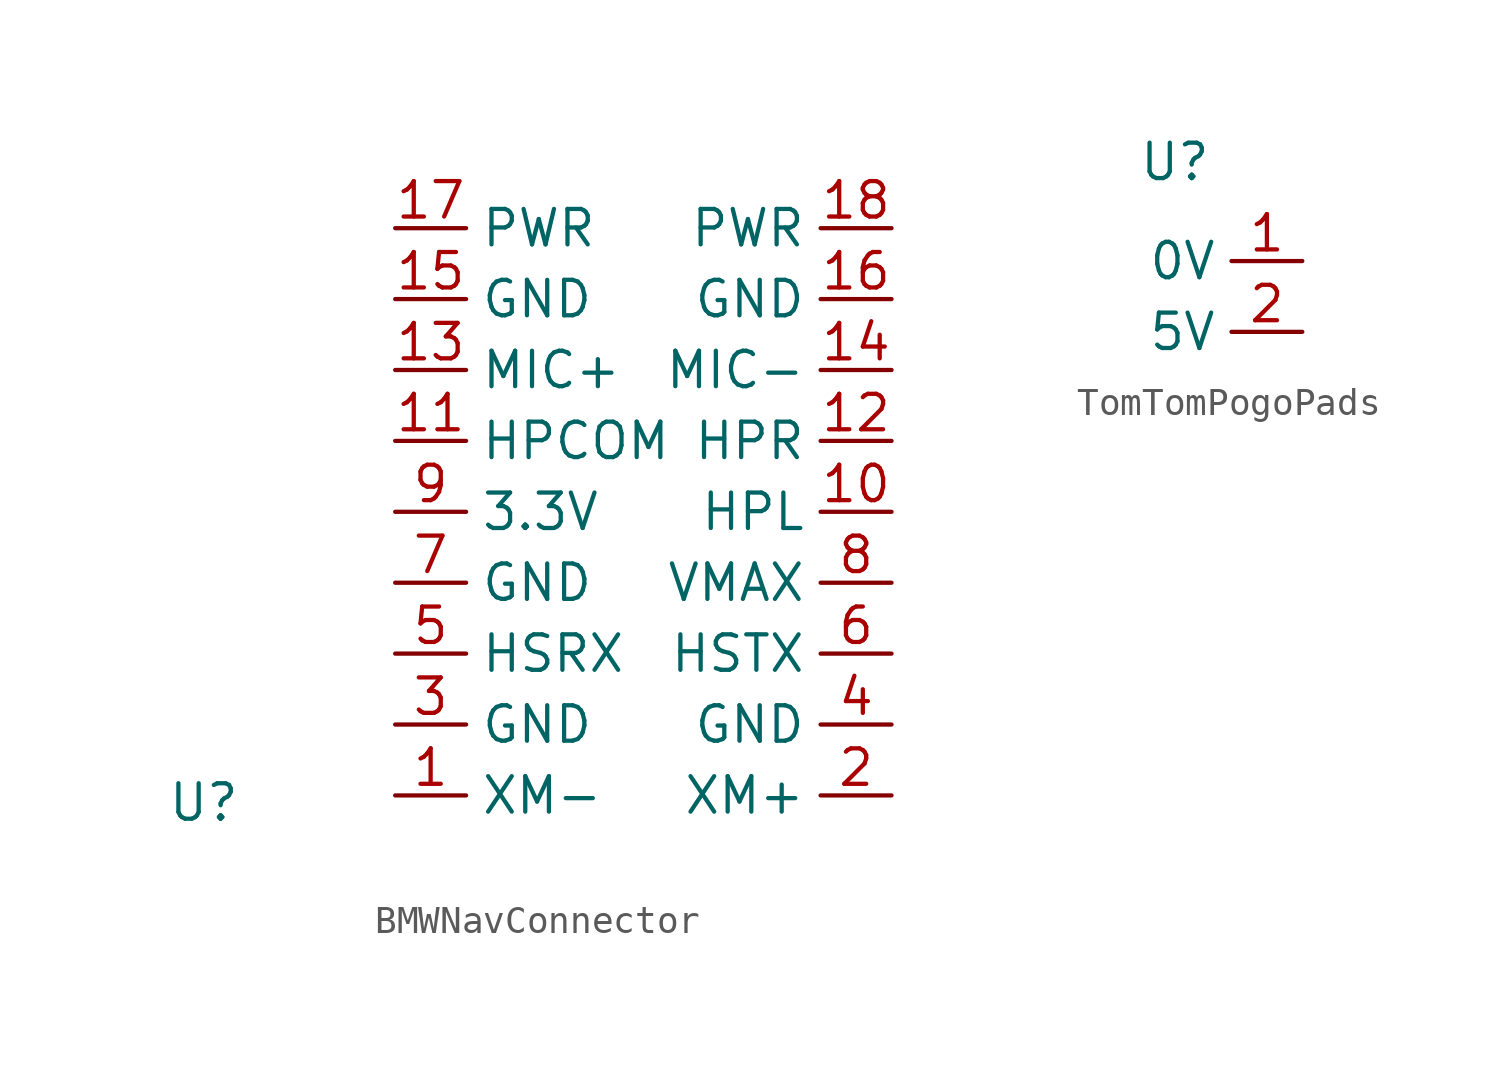
<source format=kicad_sym>
(kicad_symbol_lib
  (version 20241209)
  (generator "kicad_symbol_editor")
  (generator_version "9.0")
  (symbol "BMWNavConnector"
    (property "Reference" "U"
      (at -6.858 -0.254 0)
      (effects (font (size 1.27 1.27))))
    (property "Value" ""
      (at 0 0 0)
      (effects (font (size 1.27 1.27))))
    (symbol "BMWNavConnector_1_1"
      (pin free line (at 0 20.32 0) (length 2.54) (name "PWR" (effects (font (size 1.27 1.27)))) (number "17" (effects (font (size 1.27 1.27)))))
      (pin free line (at 0 17.78 0) (length 2.54) (name "GND" (effects (font (size 1.27 1.27)))) (number "15" (effects (font (size 1.27 1.27)))))
      (pin free line (at 0 15.24 0) (length 2.54) (name "MIC+" (effects (font (size 1.27 1.27)))) (number "13" (effects (font (size 1.27 1.27)))))
      (pin free line (at 0 12.7 0) (length 2.54) (name "HPCOM" (effects (font (size 1.27 1.27)))) (number "11" (effects (font (size 1.27 1.27)))))
      (pin free line (at 0 10.16 0) (length 2.54) (name "3.3V" (effects (font (size 1.27 1.27)))) (number "9" (effects (font (size 1.27 1.27)))))
      (pin free line (at 0 7.62 0) (length 2.54) (name "GND" (effects (font (size 1.27 1.27)))) (number "7" (effects (font (size 1.27 1.27)))))
      (pin free line (at 0 5.08 0) (length 2.54) (name "HSRX" (effects (font (size 1.27 1.27)))) (number "5" (effects (font (size 1.27 1.27)))))
      (pin free line (at 0 2.54 0) (length 2.54) (name "GND" (effects (font (size 1.27 1.27)))) (number "3" (effects (font (size 1.27 1.27)))))
      (pin free line (at 0 0 0) (length 2.54) (name "XM-" (effects (font (size 1.27 1.27)))) (number "1" (effects (font (size 1.27 1.27)))))
      (pin free line (at 17.78 20.32 180) (length 2.54) (name "PWR" (effects (font (size 1.27 1.27)))) (number "18" (effects (font (size 1.27 1.27)))))
      (pin free line (at 17.78 17.78 180) (length 2.54) (name "GND" (effects (font (size 1.27 1.27)))) (number "16" (effects (font (size 1.27 1.27)))))
      (pin free line (at 17.78 15.24 180) (length 2.54) (name "MIC-" (effects (font (size 1.27 1.27)))) (number "14" (effects (font (size 1.27 1.27)))))
      (pin free line (at 17.78 12.7 180) (length 2.54) (name "HPR" (effects (font (size 1.27 1.27)))) (number "12" (effects (font (size 1.27 1.27)))))
      (pin free line (at 17.78 10.16 180) (length 2.54) (name "HPL" (effects (font (size 1.27 1.27)))) (number "10" (effects (font (size 1.27 1.27)))))
      (pin free line (at 17.78 7.62 180) (length 2.54) (name "VMAX" (effects (font (size 1.27 1.27)))) (number "8" (effects (font (size 1.27 1.27)))))
      (pin free line (at 17.78 5.08 180) (length 2.54) (name "HSTX" (effects (font (size 1.27 1.27)))) (number "6" (effects (font (size 1.27 1.27)))))
      (pin free line (at 17.78 2.54 180) (length 2.54) (name "GND" (effects (font (size 1.27 1.27)))) (number "4" (effects (font (size 1.27 1.27)))))
      (pin free line (at 17.78 0 180) (length 2.54) (name "XM+" (effects (font (size 1.27 1.27)))) (number "2" (effects (font (size 1.27 1.27)))))))
  (symbol "TomTomPogoPads"
    (property "Reference" "U"
      (at -4.572 3.556 0)
      (effects (font (size 1.27 1.27))))
    (property "Value" ""
      (at 0 0 0)
      (effects (font (size 1.27 1.27))))
    (symbol "TomTomPogoPads_1_1"
      (pin free line (at 0 0 180) (length 2.54) (name "0V" (effects (font (size 1.27 1.27)))) (number "1" (effects (font (size 1.27 1.27)))))
      (pin free line (at 0 -2.54 180) (length 2.54) (name "5V" (effects (font (size 1.27 1.27)))) (number "2" (effects (font (size 1.27 1.27))))))))
</source>
